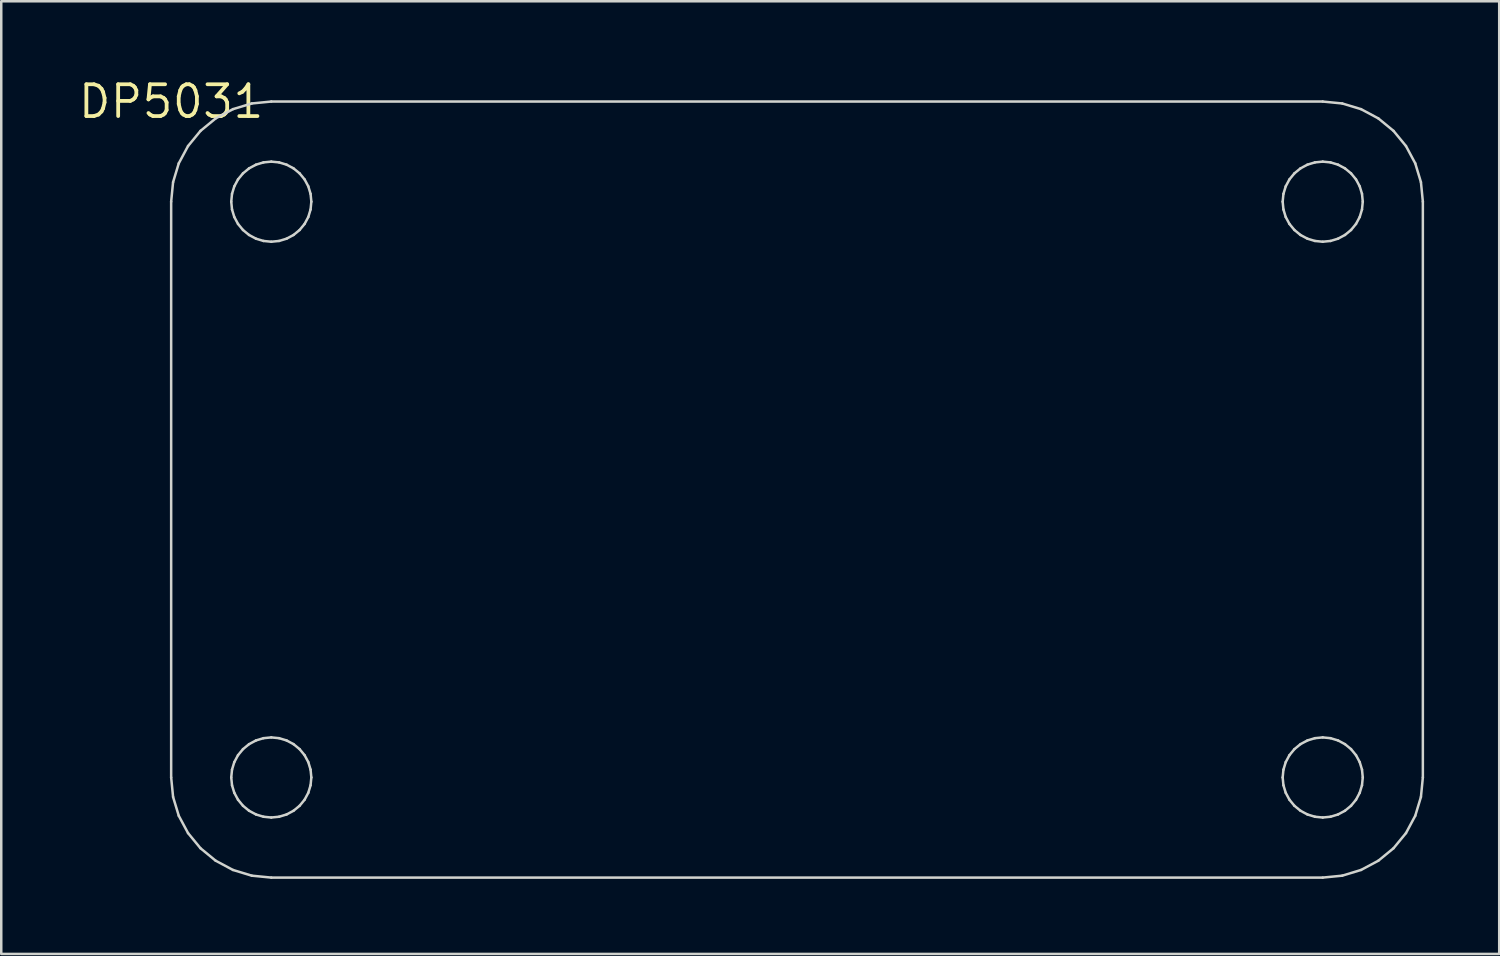
<source format=kicad_pcb>
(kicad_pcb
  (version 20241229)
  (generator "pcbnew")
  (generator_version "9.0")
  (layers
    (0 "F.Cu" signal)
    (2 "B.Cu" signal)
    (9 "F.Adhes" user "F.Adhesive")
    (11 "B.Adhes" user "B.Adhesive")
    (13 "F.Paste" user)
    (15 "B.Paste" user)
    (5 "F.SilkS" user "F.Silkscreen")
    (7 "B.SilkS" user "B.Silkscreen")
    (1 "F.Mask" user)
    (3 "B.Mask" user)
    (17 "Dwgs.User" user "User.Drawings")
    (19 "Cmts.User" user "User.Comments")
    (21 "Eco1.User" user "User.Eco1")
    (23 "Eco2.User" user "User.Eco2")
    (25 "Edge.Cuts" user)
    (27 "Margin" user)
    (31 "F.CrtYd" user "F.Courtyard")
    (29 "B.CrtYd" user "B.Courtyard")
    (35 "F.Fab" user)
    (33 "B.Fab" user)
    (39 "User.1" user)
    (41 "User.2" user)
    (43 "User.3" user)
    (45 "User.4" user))
  (footprint "DP5031"
    (layer "F.Cu")
    (at 3.787 1.006)
    (property "Reference" "DP5031" (at 0 0 0) (layer "F.SilkS") (effects (font (size 1.27 1.27) (thickness 0.15))))
    (attr through_hole)
    (fp_line (start 0 4) (end 0.077 3.22) (stroke (width 0.1) (type solid)) (layer "Edge.Cuts"))
    (fp_line (start 0 27) (end 0 4) (stroke (width 0.1) (type solid)) (layer "Edge.Cuts"))
    (fp_line (start 0.077 3.22) (end 0.304 2.469) (stroke (width 0.1) (type solid)) (layer "Edge.Cuts"))
    (fp_line (start 0.077 27.78) (end 0 27) (stroke (width 0.1) (type solid)) (layer "Edge.Cuts"))
    (fp_line (start 0.304 2.469) (end 0.674 1.778) (stroke (width 0.1) (type solid)) (layer "Edge.Cuts"))
    (fp_line (start 0.304 28.531) (end 0.077 27.78) (stroke (width 0.1) (type solid)) (layer "Edge.Cuts"))
    (fp_line (start 0.674 1.778) (end 1.172 1.172) (stroke (width 0.1) (type solid)) (layer "Edge.Cuts"))
    (fp_line (start 0.674 29.222) (end 0.304 28.531) (stroke (width 0.1) (type solid)) (layer "Edge.Cuts"))
    (fp_line (start 1.172 1.172) (end 1.778 0.674) (stroke (width 0.1) (type solid)) (layer "Edge.Cuts"))
    (fp_line (start 1.172 29.828) (end 0.674 29.222) (stroke (width 0.1) (type solid)) (layer "Edge.Cuts"))
    (fp_line (start 1.778 0.674) (end 2.469 0.304) (stroke (width 0.1) (type solid)) (layer "Edge.Cuts"))
    (fp_line (start 1.778 30.326) (end 1.172 29.828) (stroke (width 0.1) (type solid)) (layer "Edge.Cuts"))
    (fp_line (start 2.4 4) (end 2.431 4.312) (stroke (width 0.1) (type solid)) (layer "Edge.Cuts"))
    (fp_line (start 2.4 27) (end 2.431 27.312) (stroke (width 0.1) (type solid)) (layer "Edge.Cuts"))
    (fp_line (start 2.431 3.688) (end 2.4 4) (stroke (width 0.1) (type solid)) (layer "Edge.Cuts"))
    (fp_line (start 2.431 4.312) (end 2.522 4.612) (stroke (width 0.1) (type solid)) (layer "Edge.Cuts"))
    (fp_line (start 2.431 26.688) (end 2.4 27) (stroke (width 0.1) (type solid)) (layer "Edge.Cuts"))
    (fp_line (start 2.431 27.312) (end 2.522 27.612) (stroke (width 0.1) (type solid)) (layer "Edge.Cuts"))
    (fp_line (start 2.469 0.304) (end 3.22 0.077) (stroke (width 0.1) (type solid)) (layer "Edge.Cuts"))
    (fp_line (start 2.469 30.695) (end 1.778 30.326) (stroke (width 0.1) (type solid)) (layer "Edge.Cuts"))
    (fp_line (start 2.522 3.388) (end 2.431 3.688) (stroke (width 0.1) (type solid)) (layer "Edge.Cuts"))
    (fp_line (start 2.522 4.612) (end 2.67 4.889) (stroke (width 0.1) (type solid)) (layer "Edge.Cuts"))
    (fp_line (start 2.522 26.388) (end 2.431 26.688) (stroke (width 0.1) (type solid)) (layer "Edge.Cuts"))
    (fp_line (start 2.522 27.612) (end 2.67 27.889) (stroke (width 0.1) (type solid)) (layer "Edge.Cuts"))
    (fp_line (start 2.67 3.111) (end 2.522 3.388) (stroke (width 0.1) (type solid)) (layer "Edge.Cuts"))
    (fp_line (start 2.67 4.889) (end 2.869 5.131) (stroke (width 0.1) (type solid)) (layer "Edge.Cuts"))
    (fp_line (start 2.67 26.111) (end 2.522 26.388) (stroke (width 0.1) (type solid)) (layer "Edge.Cuts"))
    (fp_line (start 2.67 27.889) (end 2.869 28.131) (stroke (width 0.1) (type solid)) (layer "Edge.Cuts"))
    (fp_line (start 2.869 2.869) (end 2.67 3.111) (stroke (width 0.1) (type solid)) (layer "Edge.Cuts"))
    (fp_line (start 2.869 5.131) (end 3.111 5.33) (stroke (width 0.1) (type solid)) (layer "Edge.Cuts"))
    (fp_line (start 2.869 25.869) (end 2.67 26.111) (stroke (width 0.1) (type solid)) (layer "Edge.Cuts"))
    (fp_line (start 2.869 28.131) (end 3.111 28.33) (stroke (width 0.1) (type solid)) (layer "Edge.Cuts"))
    (fp_line (start 3.111 2.67) (end 2.869 2.869) (stroke (width 0.1) (type solid)) (layer "Edge.Cuts"))
    (fp_line (start 3.111 5.33) (end 3.388 5.478) (stroke (width 0.1) (type solid)) (layer "Edge.Cuts"))
    (fp_line (start 3.111 25.67) (end 2.869 25.869) (stroke (width 0.1) (type solid)) (layer "Edge.Cuts"))
    (fp_line (start 3.111 28.33) (end 3.388 28.478) (stroke (width 0.1) (type solid)) (layer "Edge.Cuts"))
    (fp_line (start 3.22 0.077) (end 4 0) (stroke (width 0.1) (type solid)) (layer "Edge.Cuts"))
    (fp_line (start 3.22 30.923) (end 2.469 30.695) (stroke (width 0.1) (type solid)) (layer "Edge.Cuts"))
    (fp_line (start 3.388 2.522) (end 3.111 2.67) (stroke (width 0.1) (type solid)) (layer "Edge.Cuts"))
    (fp_line (start 3.388 5.478) (end 3.688 5.569) (stroke (width 0.1) (type solid)) (layer "Edge.Cuts"))
    (fp_line (start 3.388 25.522) (end 3.111 25.67) (stroke (width 0.1) (type solid)) (layer "Edge.Cuts"))
    (fp_line (start 3.388 28.478) (end 3.688 28.569) (stroke (width 0.1) (type solid)) (layer "Edge.Cuts"))
    (fp_line (start 3.688 2.431) (end 3.388 2.522) (stroke (width 0.1) (type solid)) (layer "Edge.Cuts"))
    (fp_line (start 3.688 5.569) (end 4 5.6) (stroke (width 0.1) (type solid)) (layer "Edge.Cuts"))
    (fp_line (start 3.688 25.431) (end 3.388 25.522) (stroke (width 0.1) (type solid)) (layer "Edge.Cuts"))
    (fp_line (start 3.688 28.569) (end 4 28.6) (stroke (width 0.1) (type solid)) (layer "Edge.Cuts"))
    (fp_line (start 4 0) (end 46 0) (stroke (width 0.1) (type solid)) (layer "Edge.Cuts"))
    (fp_line (start 4 2.4) (end 3.688 2.431) (stroke (width 0.1) (type solid)) (layer "Edge.Cuts"))
    (fp_line (start 4 25.4) (end 3.688 25.431) (stroke (width 0.1) (type solid)) (layer "Edge.Cuts"))
    (fp_line (start 4 5.6) (end 4.312 5.569) (stroke (width 0.1) (type solid)) (layer "Edge.Cuts"))
    (fp_line (start 4 28.6) (end 4.312 28.569) (stroke (width 0.1) (type solid)) (layer "Edge.Cuts"))
    (fp_line (start 4 31) (end 3.22 30.923) (stroke (width 0.1) (type solid)) (layer "Edge.Cuts"))
    (fp_line (start 4.312 2.431) (end 4 2.4) (stroke (width 0.1) (type solid)) (layer "Edge.Cuts"))
    (fp_line (start 4.312 5.569) (end 4.612 5.478) (stroke (width 0.1) (type solid)) (layer "Edge.Cuts"))
    (fp_line (start 4.312 25.431) (end 4 25.4) (stroke (width 0.1) (type solid)) (layer "Edge.Cuts"))
    (fp_line (start 4.312 28.569) (end 4.612 28.478) (stroke (width 0.1) (type solid)) (layer "Edge.Cuts"))
    (fp_line (start 4.612 2.522) (end 4.312 2.431) (stroke (width 0.1) (type solid)) (layer "Edge.Cuts"))
    (fp_line (start 4.612 5.478) (end 4.889 5.33) (stroke (width 0.1) (type solid)) (layer "Edge.Cuts"))
    (fp_line (start 4.612 25.522) (end 4.312 25.431) (stroke (width 0.1) (type solid)) (layer "Edge.Cuts"))
    (fp_line (start 4.612 28.478) (end 4.889 28.33) (stroke (width 0.1) (type solid)) (layer "Edge.Cuts"))
    (fp_line (start 4.889 2.67) (end 4.612 2.522) (stroke (width 0.1) (type solid)) (layer "Edge.Cuts"))
    (fp_line (start 4.889 5.33) (end 5.131 5.131) (stroke (width 0.1) (type solid)) (layer "Edge.Cuts"))
    (fp_line (start 4.889 25.67) (end 4.612 25.522) (stroke (width 0.1) (type solid)) (layer "Edge.Cuts"))
    (fp_line (start 4.889 28.33) (end 5.131 28.131) (stroke (width 0.1) (type solid)) (layer "Edge.Cuts"))
    (fp_line (start 5.131 2.869) (end 4.889 2.67) (stroke (width 0.1) (type solid)) (layer "Edge.Cuts"))
    (fp_line (start 5.131 5.131) (end 5.33 4.889) (stroke (width 0.1) (type solid)) (layer "Edge.Cuts"))
    (fp_line (start 5.131 25.869) (end 4.889 25.67) (stroke (width 0.1) (type solid)) (layer "Edge.Cuts"))
    (fp_line (start 5.131 28.131) (end 5.33 27.889) (stroke (width 0.1) (type solid)) (layer "Edge.Cuts"))
    (fp_line (start 5.33 3.111) (end 5.131 2.869) (stroke (width 0.1) (type solid)) (layer "Edge.Cuts"))
    (fp_line (start 5.33 4.889) (end 5.478 4.612) (stroke (width 0.1) (type solid)) (layer "Edge.Cuts"))
    (fp_line (start 5.33 26.111) (end 5.131 25.869) (stroke (width 0.1) (type solid)) (layer "Edge.Cuts"))
    (fp_line (start 5.33 27.889) (end 5.478 27.612) (stroke (width 0.1) (type solid)) (layer "Edge.Cuts"))
    (fp_line (start 5.478 3.388) (end 5.33 3.111) (stroke (width 0.1) (type solid)) (layer "Edge.Cuts"))
    (fp_line (start 5.478 4.612) (end 5.569 4.312) (stroke (width 0.1) (type solid)) (layer "Edge.Cuts"))
    (fp_line (start 5.478 26.388) (end 5.33 26.111) (stroke (width 0.1) (type solid)) (layer "Edge.Cuts"))
    (fp_line (start 5.478 27.612) (end 5.569 27.312) (stroke (width 0.1) (type solid)) (layer "Edge.Cuts"))
    (fp_line (start 5.569 3.688) (end 5.478 3.388) (stroke (width 0.1) (type solid)) (layer "Edge.Cuts"))
    (fp_line (start 5.569 4.312) (end 5.6 4) (stroke (width 0.1) (type solid)) (layer "Edge.Cuts"))
    (fp_line (start 5.569 26.688) (end 5.478 26.388) (stroke (width 0.1) (type solid)) (layer "Edge.Cuts"))
    (fp_line (start 5.569 27.312) (end 5.6 27) (stroke (width 0.1) (type solid)) (layer "Edge.Cuts"))
    (fp_line (start 5.6 4) (end 5.569 3.688) (stroke (width 0.1) (type solid)) (layer "Edge.Cuts"))
    (fp_line (start 5.6 27) (end 5.569 26.688) (stroke (width 0.1) (type solid)) (layer "Edge.Cuts"))
    (fp_line (start 44.4 4) (end 44.431 4.312) (stroke (width 0.1) (type solid)) (layer "Edge.Cuts"))
    (fp_line (start 44.4 27) (end 44.431 27.312) (stroke (width 0.1) (type solid)) (layer "Edge.Cuts"))
    (fp_line (start 44.431 3.688) (end 44.4 4) (stroke (width 0.1) (type solid)) (layer "Edge.Cuts"))
    (fp_line (start 44.431 4.312) (end 44.522 4.612) (stroke (width 0.1) (type solid)) (layer "Edge.Cuts"))
    (fp_line (start 44.431 26.688) (end 44.4 27) (stroke (width 0.1) (type solid)) (layer "Edge.Cuts"))
    (fp_line (start 44.431 27.312) (end 44.522 27.612) (stroke (width 0.1) (type solid)) (layer "Edge.Cuts"))
    (fp_line (start 44.522 3.388) (end 44.431 3.688) (stroke (width 0.1) (type solid)) (layer "Edge.Cuts"))
    (fp_line (start 44.522 4.612) (end 44.67 4.889) (stroke (width 0.1) (type solid)) (layer "Edge.Cuts"))
    (fp_line (start 44.522 26.388) (end 44.431 26.688) (stroke (width 0.1) (type solid)) (layer "Edge.Cuts"))
    (fp_line (start 44.522 27.612) (end 44.67 27.889) (stroke (width 0.1) (type solid)) (layer "Edge.Cuts"))
    (fp_line (start 44.67 3.111) (end 44.522 3.388) (stroke (width 0.1) (type solid)) (layer "Edge.Cuts"))
    (fp_line (start 44.67 4.889) (end 44.869 5.131) (stroke (width 0.1) (type solid)) (layer "Edge.Cuts"))
    (fp_line (start 44.67 26.111) (end 44.522 26.388) (stroke (width 0.1) (type solid)) (layer "Edge.Cuts"))
    (fp_line (start 44.67 27.889) (end 44.869 28.131) (stroke (width 0.1) (type solid)) (layer "Edge.Cuts"))
    (fp_line (start 44.869 2.869) (end 44.67 3.111) (stroke (width 0.1) (type solid)) (layer "Edge.Cuts"))
    (fp_line (start 44.869 5.131) (end 45.111 5.33) (stroke (width 0.1) (type solid)) (layer "Edge.Cuts"))
    (fp_line (start 44.869 25.869) (end 44.67 26.111) (stroke (width 0.1) (type solid)) (layer "Edge.Cuts"))
    (fp_line (start 44.869 28.131) (end 45.111 28.33) (stroke (width 0.1) (type solid)) (layer "Edge.Cuts"))
    (fp_line (start 45.111 2.67) (end 44.869 2.869) (stroke (width 0.1) (type solid)) (layer "Edge.Cuts"))
    (fp_line (start 45.111 5.33) (end 45.388 5.478) (stroke (width 0.1) (type solid)) (layer "Edge.Cuts"))
    (fp_line (start 45.111 25.67) (end 44.869 25.869) (stroke (width 0.1) (type solid)) (layer "Edge.Cuts"))
    (fp_line (start 45.111 28.33) (end 45.388 28.478) (stroke (width 0.1) (type solid)) (layer "Edge.Cuts"))
    (fp_line (start 45.388 2.522) (end 45.111 2.67) (stroke (width 0.1) (type solid)) (layer "Edge.Cuts"))
    (fp_line (start 45.388 5.478) (end 45.688 5.569) (stroke (width 0.1) (type solid)) (layer "Edge.Cuts"))
    (fp_line (start 45.388 25.522) (end 45.111 25.67) (stroke (width 0.1) (type solid)) (layer "Edge.Cuts"))
    (fp_line (start 45.388 28.478) (end 45.688 28.569) (stroke (width 0.1) (type solid)) (layer "Edge.Cuts"))
    (fp_line (start 45.688 2.431) (end 45.388 2.522) (stroke (width 0.1) (type solid)) (layer "Edge.Cuts"))
    (fp_line (start 45.688 5.569) (end 46 5.6) (stroke (width 0.1) (type solid)) (layer "Edge.Cuts"))
    (fp_line (start 45.688 25.431) (end 45.388 25.522) (stroke (width 0.1) (type solid)) (layer "Edge.Cuts"))
    (fp_line (start 45.688 28.569) (end 46 28.6) (stroke (width 0.1) (type solid)) (layer "Edge.Cuts"))
    (fp_line (start 46 0) (end 46.78 0.077) (stroke (width 0.1) (type solid)) (layer "Edge.Cuts"))
    (fp_line (start 46 2.4) (end 45.688 2.431) (stroke (width 0.1) (type solid)) (layer "Edge.Cuts"))
    (fp_line (start 46 5.6) (end 46.312 5.569) (stroke (width 0.1) (type solid)) (layer "Edge.Cuts"))
    (fp_line (start 46 25.4) (end 45.688 25.431) (stroke (width 0.1) (type solid)) (layer "Edge.Cuts"))
    (fp_line (start 46 28.6) (end 46.312 28.569) (stroke (width 0.1) (type solid)) (layer "Edge.Cuts"))
    (fp_line (start 46 31) (end 4 31) (stroke (width 0.1) (type solid)) (layer "Edge.Cuts"))
    (fp_line (start 46.312 2.431) (end 46 2.4) (stroke (width 0.1) (type solid)) (layer "Edge.Cuts"))
    (fp_line (start 46.312 5.569) (end 46.612 5.478) (stroke (width 0.1) (type solid)) (layer "Edge.Cuts"))
    (fp_line (start 46.312 25.431) (end 46 25.4) (stroke (width 0.1) (type solid)) (layer "Edge.Cuts"))
    (fp_line (start 46.312 28.569) (end 46.612 28.478) (stroke (width 0.1) (type solid)) (layer "Edge.Cuts"))
    (fp_line (start 46.612 2.522) (end 46.312 2.431) (stroke (width 0.1) (type solid)) (layer "Edge.Cuts"))
    (fp_line (start 46.612 5.478) (end 46.889 5.33) (stroke (width 0.1) (type solid)) (layer "Edge.Cuts"))
    (fp_line (start 46.612 25.522) (end 46.312 25.431) (stroke (width 0.1) (type solid)) (layer "Edge.Cuts"))
    (fp_line (start 46.612 28.478) (end 46.889 28.33) (stroke (width 0.1) (type solid)) (layer "Edge.Cuts"))
    (fp_line (start 46.78 0.077) (end 47.531 0.304) (stroke (width 0.1) (type solid)) (layer "Edge.Cuts"))
    (fp_line (start 46.78 30.923) (end 46 31) (stroke (width 0.1) (type solid)) (layer "Edge.Cuts"))
    (fp_line (start 46.889 2.67) (end 46.612 2.522) (stroke (width 0.1) (type solid)) (layer "Edge.Cuts"))
    (fp_line (start 46.889 5.33) (end 47.131 5.131) (stroke (width 0.1) (type solid)) (layer "Edge.Cuts"))
    (fp_line (start 46.889 25.67) (end 46.612 25.522) (stroke (width 0.1) (type solid)) (layer "Edge.Cuts"))
    (fp_line (start 46.889 28.33) (end 47.131 28.131) (stroke (width 0.1) (type solid)) (layer "Edge.Cuts"))
    (fp_line (start 47.131 2.869) (end 46.889 2.67) (stroke (width 0.1) (type solid)) (layer "Edge.Cuts"))
    (fp_line (start 47.131 5.131) (end 47.33 4.889) (stroke (width 0.1) (type solid)) (layer "Edge.Cuts"))
    (fp_line (start 47.131 25.869) (end 46.889 25.67) (stroke (width 0.1) (type solid)) (layer "Edge.Cuts"))
    (fp_line (start 47.131 28.131) (end 47.33 27.889) (stroke (width 0.1) (type solid)) (layer "Edge.Cuts"))
    (fp_line (start 47.33 3.111) (end 47.131 2.869) (stroke (width 0.1) (type solid)) (layer "Edge.Cuts"))
    (fp_line (start 47.33 4.889) (end 47.478 4.612) (stroke (width 0.1) (type solid)) (layer "Edge.Cuts"))
    (fp_line (start 47.33 26.111) (end 47.131 25.869) (stroke (width 0.1) (type solid)) (layer "Edge.Cuts"))
    (fp_line (start 47.33 27.889) (end 47.478 27.612) (stroke (width 0.1) (type solid)) (layer "Edge.Cuts"))
    (fp_line (start 47.478 3.388) (end 47.33 3.111) (stroke (width 0.1) (type solid)) (layer "Edge.Cuts"))
    (fp_line (start 47.478 4.612) (end 47.569 4.312) (stroke (width 0.1) (type solid)) (layer "Edge.Cuts"))
    (fp_line (start 47.478 26.388) (end 47.33 26.111) (stroke (width 0.1) (type solid)) (layer "Edge.Cuts"))
    (fp_line (start 47.478 27.612) (end 47.569 27.312) (stroke (width 0.1) (type solid)) (layer "Edge.Cuts"))
    (fp_line (start 47.531 0.304) (end 48.222 0.674) (stroke (width 0.1) (type solid)) (layer "Edge.Cuts"))
    (fp_line (start 47.531 30.695) (end 46.78 30.923) (stroke (width 0.1) (type solid)) (layer "Edge.Cuts"))
    (fp_line (start 47.569 3.688) (end 47.478 3.388) (stroke (width 0.1) (type solid)) (layer "Edge.Cuts"))
    (fp_line (start 47.569 4.312) (end 47.6 4) (stroke (width 0.1) (type solid)) (layer "Edge.Cuts"))
    (fp_line (start 47.569 26.688) (end 47.478 26.388) (stroke (width 0.1) (type solid)) (layer "Edge.Cuts"))
    (fp_line (start 47.569 27.312) (end 47.6 27) (stroke (width 0.1) (type solid)) (layer "Edge.Cuts"))
    (fp_line (start 47.6 4) (end 47.569 3.688) (stroke (width 0.1) (type solid)) (layer "Edge.Cuts"))
    (fp_line (start 47.6 27) (end 47.569 26.688) (stroke (width 0.1) (type solid)) (layer "Edge.Cuts"))
    (fp_line (start 48.222 0.674) (end 48.828 1.172) (stroke (width 0.1) (type solid)) (layer "Edge.Cuts"))
    (fp_line (start 48.222 30.326) (end 47.531 30.695) (stroke (width 0.1) (type solid)) (layer "Edge.Cuts"))
    (fp_line (start 48.828 1.172) (end 49.326 1.778) (stroke (width 0.1) (type solid)) (layer "Edge.Cuts"))
    (fp_line (start 48.828 29.828) (end 48.222 30.326) (stroke (width 0.1) (type solid)) (layer "Edge.Cuts"))
    (fp_line (start 49.326 1.778) (end 49.696 2.469) (stroke (width 0.1) (type solid)) (layer "Edge.Cuts"))
    (fp_line (start 49.326 29.222) (end 48.828 29.828) (stroke (width 0.1) (type solid)) (layer "Edge.Cuts"))
    (fp_line (start 49.696 2.469) (end 49.923 3.22) (stroke (width 0.1) (type solid)) (layer "Edge.Cuts"))
    (fp_line (start 49.696 28.531) (end 49.326 29.222) (stroke (width 0.1) (type solid)) (layer "Edge.Cuts"))
    (fp_line (start 49.923 3.22) (end 50 4) (stroke (width 0.1) (type solid)) (layer "Edge.Cuts"))
    (fp_line (start 49.923 27.78) (end 49.696 28.531) (stroke (width 0.1) (type solid)) (layer "Edge.Cuts"))
    (fp_line (start 50 4) (end 50 27) (stroke (width 0.1) (type solid)) (layer "Edge.Cuts"))
    (fp_line (start 50 27) (end 49.923 27.78) (stroke (width 0.1) (type solid)) (layer "Edge.Cuts")))
  (gr_rect
    (start -3 -3)
    (end 56.837 35.056)
    (stroke (width 0.1) (type default))
    (fill no)
    (layer "Edge.Cuts")))
</source>
